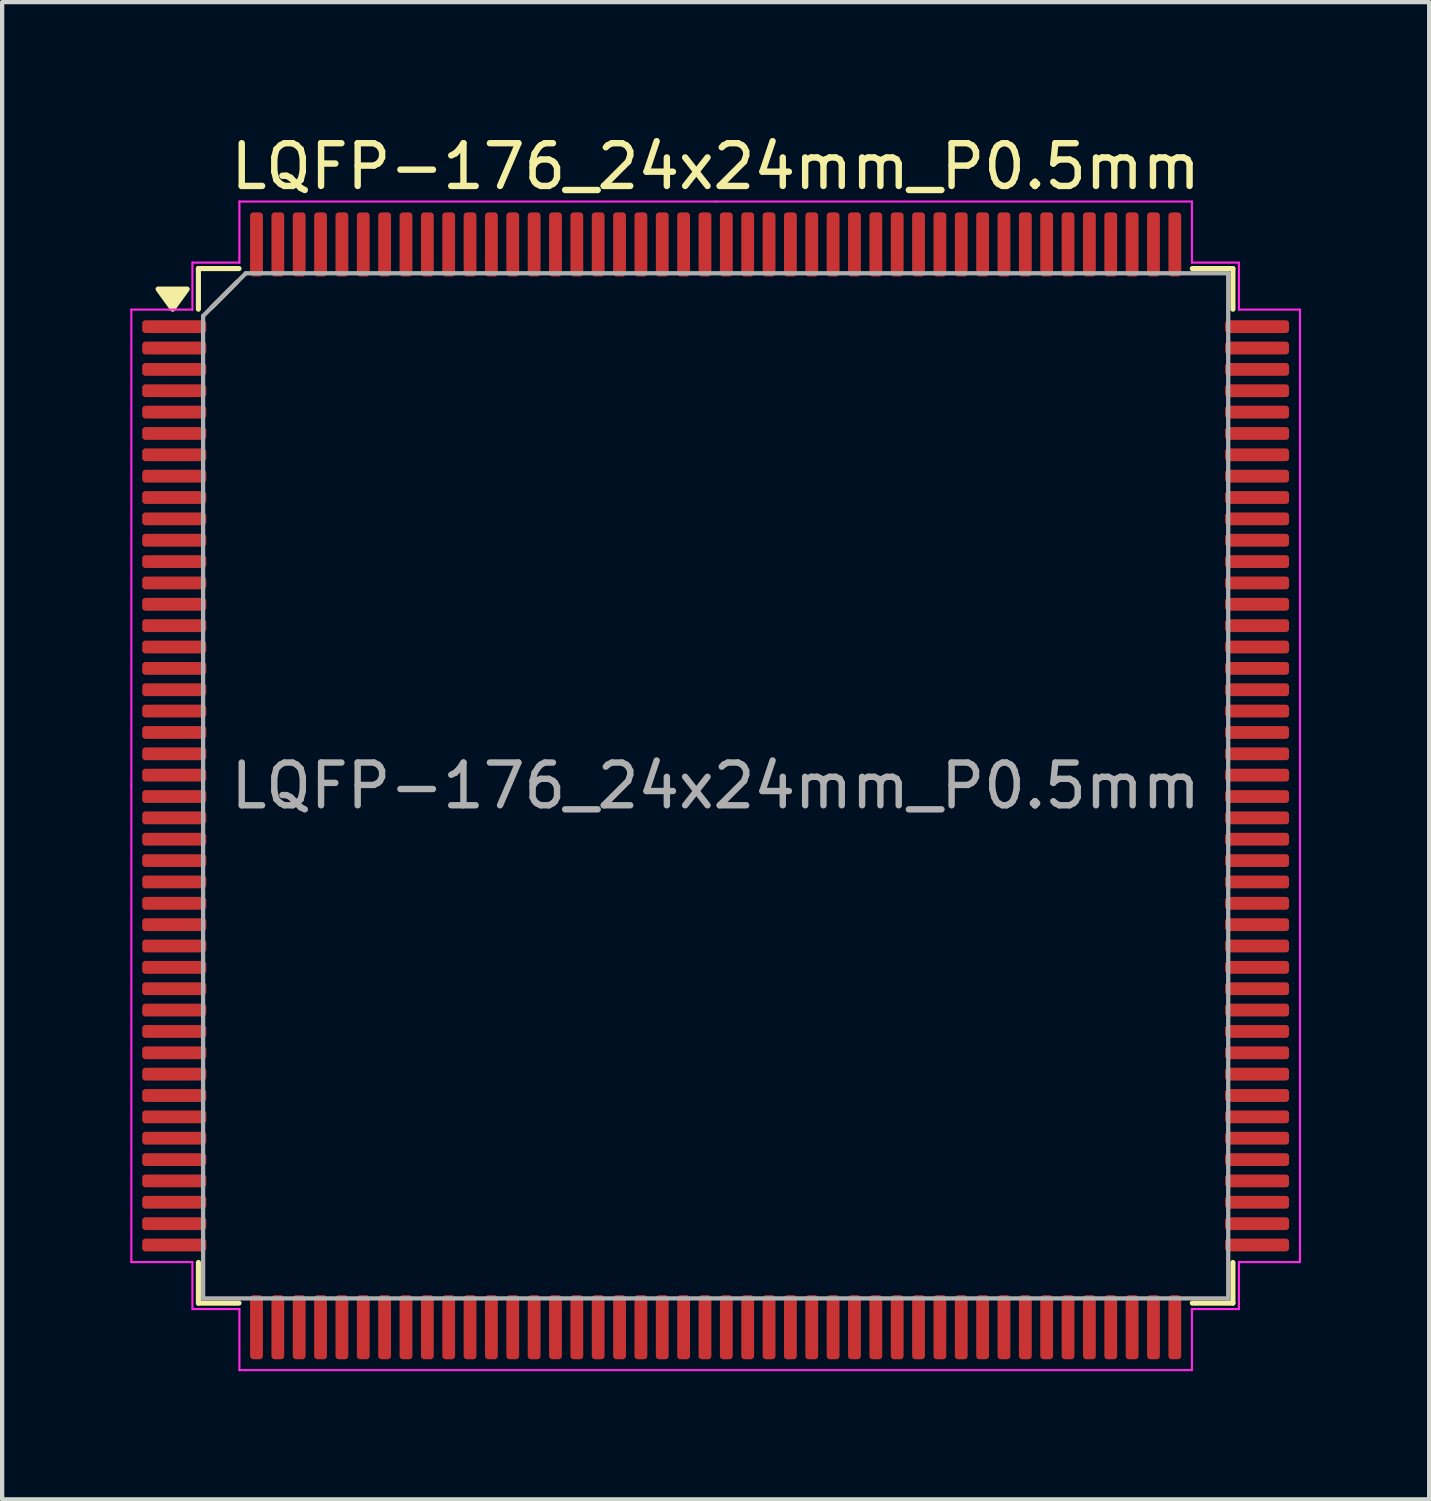
<source format=kicad_pcb>
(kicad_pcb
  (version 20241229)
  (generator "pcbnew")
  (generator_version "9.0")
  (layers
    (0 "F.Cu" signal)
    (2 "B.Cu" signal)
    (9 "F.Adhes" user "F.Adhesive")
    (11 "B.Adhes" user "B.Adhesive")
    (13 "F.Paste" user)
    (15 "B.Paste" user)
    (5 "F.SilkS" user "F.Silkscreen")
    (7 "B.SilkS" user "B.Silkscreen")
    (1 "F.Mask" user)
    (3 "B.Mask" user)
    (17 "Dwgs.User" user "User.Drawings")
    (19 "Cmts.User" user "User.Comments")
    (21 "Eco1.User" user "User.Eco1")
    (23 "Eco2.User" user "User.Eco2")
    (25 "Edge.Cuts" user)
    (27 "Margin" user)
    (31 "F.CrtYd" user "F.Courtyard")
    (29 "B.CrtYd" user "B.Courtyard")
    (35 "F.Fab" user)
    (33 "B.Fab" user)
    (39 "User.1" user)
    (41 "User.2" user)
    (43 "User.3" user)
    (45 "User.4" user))
  (footprint "LQFP-176_24x24mm_P0.5mm"
    (layer "F.Cu")
    (at 13.705 15.348)
    (property "Reference" "LQFP-176_24x24mm_P0.5mm" (at 0 -14.5 0) (layer "F.SilkS") (effects (font (size 1 1) (thickness 0.15))))
    (attr smd)
    (fp_line (start -12.11 -12.11) (end -12.11 -11.16) (stroke (width 0.12) (type solid)) (layer "F.SilkS"))
    (fp_line (start -12.11 12.11) (end -12.11 11.16) (stroke (width 0.12) (type solid)) (layer "F.SilkS"))
    (fp_line (start -11.2 -11.8) (end -11.8 -11.2) (stroke (width 0.1) (type default)) (layer "F.SilkS"))
    (fp_line (start -11.16 -12.11) (end -12.11 -12.11) (stroke (width 0.12) (type solid)) (layer "F.SilkS"))
    (fp_line (start -11.16 12.11) (end -12.11 12.11) (stroke (width 0.12) (type solid)) (layer "F.SilkS"))
    (fp_line (start 11.16 -12.11) (end 12.11 -12.11) (stroke (width 0.12) (type solid)) (layer "F.SilkS"))
    (fp_line (start 11.16 12.11) (end 12.11 12.11) (stroke (width 0.12) (type solid)) (layer "F.SilkS"))
    (fp_line (start 12.11 -12.11) (end 12.11 -11.16) (stroke (width 0.12) (type solid)) (layer "F.SilkS"))
    (fp_line (start 12.11 12.11) (end 12.11 11.16) (stroke (width 0.12) (type solid)) (layer "F.SilkS"))
    (fp_poly (pts (xy -12.713 -11.16) (xy -13.053 -11.63) (xy -12.373 -11.63) (xy -12.713 -11.16)) (stroke (width 0.12) (type solid)) (fill yes) (layer "F.SilkS"))
    (fp_line (start -13.68 -11.15) (end -13.68 0) (stroke (width 0.05) (type solid)) (layer "F.CrtYd"))
    (fp_line (start -13.68 11.15) (end -13.68 0) (stroke (width 0.05) (type solid)) (layer "F.CrtYd"))
    (fp_line (start -12.25 -12.25) (end -12.25 -11.15) (stroke (width 0.05) (type solid)) (layer "F.CrtYd"))
    (fp_line (start -12.25 -11.15) (end -13.68 -11.15) (stroke (width 0.05) (type solid)) (layer "F.CrtYd"))
    (fp_line (start -12.25 11.15) (end -13.68 11.15) (stroke (width 0.05) (type solid)) (layer "F.CrtYd"))
    (fp_line (start -12.25 12.25) (end -12.25 11.15) (stroke (width 0.05) (type solid)) (layer "F.CrtYd"))
    (fp_line (start -11.15 -13.68) (end -11.15 -12.25) (stroke (width 0.05) (type solid)) (layer "F.CrtYd"))
    (fp_line (start -11.15 -12.25) (end -12.25 -12.25) (stroke (width 0.05) (type solid)) (layer "F.CrtYd"))
    (fp_line (start -11.15 12.25) (end -12.25 12.25) (stroke (width 0.05) (type solid)) (layer "F.CrtYd"))
    (fp_line (start -11.15 13.68) (end -11.15 12.25) (stroke (width 0.05) (type solid)) (layer "F.CrtYd"))
    (fp_line (start 0 -13.68) (end -11.15 -13.68) (stroke (width 0.05) (type solid)) (layer "F.CrtYd"))
    (fp_line (start 0 -13.68) (end 11.15 -13.68) (stroke (width 0.05) (type solid)) (layer "F.CrtYd"))
    (fp_line (start 0 13.68) (end -11.15 13.68) (stroke (width 0.05) (type solid)) (layer "F.CrtYd"))
    (fp_line (start 0 13.68) (end 11.15 13.68) (stroke (width 0.05) (type solid)) (layer "F.CrtYd"))
    (fp_line (start 11.15 -13.68) (end 11.15 -12.25) (stroke (width 0.05) (type solid)) (layer "F.CrtYd"))
    (fp_line (start 11.15 -12.25) (end 12.25 -12.25) (stroke (width 0.05) (type solid)) (layer "F.CrtYd"))
    (fp_line (start 11.15 12.25) (end 12.25 12.25) (stroke (width 0.05) (type solid)) (layer "F.CrtYd"))
    (fp_line (start 11.15 13.68) (end 11.15 12.25) (stroke (width 0.05) (type solid)) (layer "F.CrtYd"))
    (fp_line (start 12.25 -12.25) (end 12.25 -11.15) (stroke (width 0.05) (type solid)) (layer "F.CrtYd"))
    (fp_line (start 12.25 -11.15) (end 13.68 -11.15) (stroke (width 0.05) (type solid)) (layer "F.CrtYd"))
    (fp_line (start 12.25 11.15) (end 13.68 11.15) (stroke (width 0.05) (type solid)) (layer "F.CrtYd"))
    (fp_line (start 12.25 12.25) (end 12.25 11.15) (stroke (width 0.05) (type solid)) (layer "F.CrtYd"))
    (fp_line (start 13.68 -11.15) (end 13.68 0) (stroke (width 0.05) (type solid)) (layer "F.CrtYd"))
    (fp_line (start 13.68 11.15) (end 13.68 0) (stroke (width 0.05) (type solid)) (layer "F.CrtYd"))
    (fp_line (start -12 -11) (end -11 -12) (stroke (width 0.1) (type solid)) (layer "F.Fab"))
    (fp_line (start -12 12) (end -12 -11) (stroke (width 0.1) (type solid)) (layer "F.Fab"))
    (fp_line (start -11 -12) (end 12 -12) (stroke (width 0.1) (type solid)) (layer "F.Fab"))
    (fp_line (start 12 -12) (end 12 12) (stroke (width 0.1) (type solid)) (layer "F.Fab"))
    (fp_line (start 12 12) (end -12 12) (stroke (width 0.1) (type solid)) (layer "F.Fab"))
    (fp_text user "${REFERENCE}" (at 0 0 0) (layer "F.Fab") (effects (font (size 1 1) (thickness 0.15))))
    (pad "1" smd roundrect (at -12.675 -10.75) (size 1.5 0.3) (layers "F.Cu" "F.Mask" "F.Paste") (roundrect_rratio 0.25))
    (pad "2" smd roundrect (at -12.675 -10.25) (size 1.5 0.3) (layers "F.Cu" "F.Mask" "F.Paste") (roundrect_rratio 0.25))
    (pad "3" smd roundrect (at -12.675 -9.75) (size 1.5 0.3) (layers "F.Cu" "F.Mask" "F.Paste") (roundrect_rratio 0.25))
    (pad "4" smd roundrect (at -12.675 -9.25) (size 1.5 0.3) (layers "F.Cu" "F.Mask" "F.Paste") (roundrect_rratio 0.25))
    (pad "5" smd roundrect (at -12.675 -8.75) (size 1.5 0.3) (layers "F.Cu" "F.Mask" "F.Paste") (roundrect_rratio 0.25))
    (pad "6" smd roundrect (at -12.675 -8.25) (size 1.5 0.3) (layers "F.Cu" "F.Mask" "F.Paste") (roundrect_rratio 0.25))
    (pad "7" smd roundrect (at -12.675 -7.75) (size 1.5 0.3) (layers "F.Cu" "F.Mask" "F.Paste") (roundrect_rratio 0.25))
    (pad "8" smd roundrect (at -12.675 -7.25) (size 1.5 0.3) (layers "F.Cu" "F.Mask" "F.Paste") (roundrect_rratio 0.25))
    (pad "9" smd roundrect (at -12.675 -6.75) (size 1.5 0.3) (layers "F.Cu" "F.Mask" "F.Paste") (roundrect_rratio 0.25))
    (pad "10" smd roundrect (at -12.675 -6.25) (size 1.5 0.3) (layers "F.Cu" "F.Mask" "F.Paste") (roundrect_rratio 0.25))
    (pad "11" smd roundrect (at -12.675 -5.75) (size 1.5 0.3) (layers "F.Cu" "F.Mask" "F.Paste") (roundrect_rratio 0.25))
    (pad "12" smd roundrect (at -12.675 -5.25) (size 1.5 0.3) (layers "F.Cu" "F.Mask" "F.Paste") (roundrect_rratio 0.25))
    (pad "13" smd roundrect (at -12.675 -4.75) (size 1.5 0.3) (layers "F.Cu" "F.Mask" "F.Paste") (roundrect_rratio 0.25))
    (pad "14" smd roundrect (at -12.675 -4.25) (size 1.5 0.3) (layers "F.Cu" "F.Mask" "F.Paste") (roundrect_rratio 0.25))
    (pad "15" smd roundrect (at -12.675 -3.75) (size 1.5 0.3) (layers "F.Cu" "F.Mask" "F.Paste") (roundrect_rratio 0.25))
    (pad "16" smd roundrect (at -12.675 -3.25) (size 1.5 0.3) (layers "F.Cu" "F.Mask" "F.Paste") (roundrect_rratio 0.25))
    (pad "17" smd roundrect (at -12.675 -2.75) (size 1.5 0.3) (layers "F.Cu" "F.Mask" "F.Paste") (roundrect_rratio 0.25))
    (pad "18" smd roundrect (at -12.675 -2.25) (size 1.5 0.3) (layers "F.Cu" "F.Mask" "F.Paste") (roundrect_rratio 0.25))
    (pad "19" smd roundrect (at -12.675 -1.75) (size 1.5 0.3) (layers "F.Cu" "F.Mask" "F.Paste") (roundrect_rratio 0.25))
    (pad "20" smd roundrect (at -12.675 -1.25) (size 1.5 0.3) (layers "F.Cu" "F.Mask" "F.Paste") (roundrect_rratio 0.25))
    (pad "21" smd roundrect (at -12.675 -0.75) (size 1.5 0.3) (layers "F.Cu" "F.Mask" "F.Paste") (roundrect_rratio 0.25))
    (pad "22" smd roundrect (at -12.675 -0.25) (size 1.5 0.3) (layers "F.Cu" "F.Mask" "F.Paste") (roundrect_rratio 0.25))
    (pad "23" smd roundrect (at -12.675 0.25) (size 1.5 0.3) (layers "F.Cu" "F.Mask" "F.Paste") (roundrect_rratio 0.25))
    (pad "24" smd roundrect (at -12.675 0.75) (size 1.5 0.3) (layers "F.Cu" "F.Mask" "F.Paste") (roundrect_rratio 0.25))
    (pad "25" smd roundrect (at -12.675 1.25) (size 1.5 0.3) (layers "F.Cu" "F.Mask" "F.Paste") (roundrect_rratio 0.25))
    (pad "26" smd roundrect (at -12.675 1.75) (size 1.5 0.3) (layers "F.Cu" "F.Mask" "F.Paste") (roundrect_rratio 0.25))
    (pad "27" smd roundrect (at -12.675 2.25) (size 1.5 0.3) (layers "F.Cu" "F.Mask" "F.Paste") (roundrect_rratio 0.25))
    (pad "28" smd roundrect (at -12.675 2.75) (size 1.5 0.3) (layers "F.Cu" "F.Mask" "F.Paste") (roundrect_rratio 0.25))
    (pad "29" smd roundrect (at -12.675 3.25) (size 1.5 0.3) (layers "F.Cu" "F.Mask" "F.Paste") (roundrect_rratio 0.25))
    (pad "30" smd roundrect (at -12.675 3.75) (size 1.5 0.3) (layers "F.Cu" "F.Mask" "F.Paste") (roundrect_rratio 0.25))
    (pad "31" smd roundrect (at -12.675 4.25) (size 1.5 0.3) (layers "F.Cu" "F.Mask" "F.Paste") (roundrect_rratio 0.25))
    (pad "32" smd roundrect (at -12.675 4.75) (size 1.5 0.3) (layers "F.Cu" "F.Mask" "F.Paste") (roundrect_rratio 0.25))
    (pad "33" smd roundrect (at -12.675 5.25) (size 1.5 0.3) (layers "F.Cu" "F.Mask" "F.Paste") (roundrect_rratio 0.25))
    (pad "34" smd roundrect (at -12.675 5.75) (size 1.5 0.3) (layers "F.Cu" "F.Mask" "F.Paste") (roundrect_rratio 0.25))
    (pad "35" smd roundrect (at -12.675 6.25) (size 1.5 0.3) (layers "F.Cu" "F.Mask" "F.Paste") (roundrect_rratio 0.25))
    (pad "36" smd roundrect (at -12.675 6.75) (size 1.5 0.3) (layers "F.Cu" "F.Mask" "F.Paste") (roundrect_rratio 0.25))
    (pad "37" smd roundrect (at -12.675 7.25) (size 1.5 0.3) (layers "F.Cu" "F.Mask" "F.Paste") (roundrect_rratio 0.25))
    (pad "38" smd roundrect (at -12.675 7.75) (size 1.5 0.3) (layers "F.Cu" "F.Mask" "F.Paste") (roundrect_rratio 0.25))
    (pad "39" smd roundrect (at -12.675 8.25) (size 1.5 0.3) (layers "F.Cu" "F.Mask" "F.Paste") (roundrect_rratio 0.25))
    (pad "40" smd roundrect (at -12.675 8.75) (size 1.5 0.3) (layers "F.Cu" "F.Mask" "F.Paste") (roundrect_rratio 0.25))
    (pad "41" smd roundrect (at -12.675 9.25) (size 1.5 0.3) (layers "F.Cu" "F.Mask" "F.Paste") (roundrect_rratio 0.25))
    (pad "42" smd roundrect (at -12.675 9.75) (size 1.5 0.3) (layers "F.Cu" "F.Mask" "F.Paste") (roundrect_rratio 0.25))
    (pad "43" smd roundrect (at -12.675 10.25) (size 1.5 0.3) (layers "F.Cu" "F.Mask" "F.Paste") (roundrect_rratio 0.25))
    (pad "44" smd roundrect (at -12.675 10.75) (size 1.5 0.3) (layers "F.Cu" "F.Mask" "F.Paste") (roundrect_rratio 0.25))
    (pad "45" smd roundrect (at -10.75 12.675) (size 0.3 1.5) (layers "F.Cu" "F.Mask" "F.Paste") (roundrect_rratio 0.25))
    (pad "46" smd roundrect (at -10.25 12.675) (size 0.3 1.5) (layers "F.Cu" "F.Mask" "F.Paste") (roundrect_rratio 0.25))
    (pad "47" smd roundrect (at -9.75 12.675) (size 0.3 1.5) (layers "F.Cu" "F.Mask" "F.Paste") (roundrect_rratio 0.25))
    (pad "48" smd roundrect (at -9.25 12.675) (size 0.3 1.5) (layers "F.Cu" "F.Mask" "F.Paste") (roundrect_rratio 0.25))
    (pad "49" smd roundrect (at -8.75 12.675) (size 0.3 1.5) (layers "F.Cu" "F.Mask" "F.Paste") (roundrect_rratio 0.25))
    (pad "50" smd roundrect (at -8.25 12.675) (size 0.3 1.5) (layers "F.Cu" "F.Mask" "F.Paste") (roundrect_rratio 0.25))
    (pad "51" smd roundrect (at -7.75 12.675) (size 0.3 1.5) (layers "F.Cu" "F.Mask" "F.Paste") (roundrect_rratio 0.25))
    (pad "52" smd roundrect (at -7.25 12.675) (size 0.3 1.5) (layers "F.Cu" "F.Mask" "F.Paste") (roundrect_rratio 0.25))
    (pad "53" smd roundrect (at -6.75 12.675) (size 0.3 1.5) (layers "F.Cu" "F.Mask" "F.Paste") (roundrect_rratio 0.25))
    (pad "54" smd roundrect (at -6.25 12.675) (size 0.3 1.5) (layers "F.Cu" "F.Mask" "F.Paste") (roundrect_rratio 0.25))
    (pad "55" smd roundrect (at -5.75 12.675) (size 0.3 1.5) (layers "F.Cu" "F.Mask" "F.Paste") (roundrect_rratio 0.25))
    (pad "56" smd roundrect (at -5.25 12.675) (size 0.3 1.5) (layers "F.Cu" "F.Mask" "F.Paste") (roundrect_rratio 0.25))
    (pad "57" smd roundrect (at -4.75 12.675) (size 0.3 1.5) (layers "F.Cu" "F.Mask" "F.Paste") (roundrect_rratio 0.25))
    (pad "58" smd roundrect (at -4.25 12.675) (size 0.3 1.5) (layers "F.Cu" "F.Mask" "F.Paste") (roundrect_rratio 0.25))
    (pad "59" smd roundrect (at -3.75 12.675) (size 0.3 1.5) (layers "F.Cu" "F.Mask" "F.Paste") (roundrect_rratio 0.25))
    (pad "60" smd roundrect (at -3.25 12.675) (size 0.3 1.5) (layers "F.Cu" "F.Mask" "F.Paste") (roundrect_rratio 0.25))
    (pad "61" smd roundrect (at -2.75 12.675) (size 0.3 1.5) (layers "F.Cu" "F.Mask" "F.Paste") (roundrect_rratio 0.25))
    (pad "62" smd roundrect (at -2.25 12.675) (size 0.3 1.5) (layers "F.Cu" "F.Mask" "F.Paste") (roundrect_rratio 0.25))
    (pad "63" smd roundrect (at -1.75 12.675) (size 0.3 1.5) (layers "F.Cu" "F.Mask" "F.Paste") (roundrect_rratio 0.25))
    (pad "64" smd roundrect (at -1.25 12.675) (size 0.3 1.5) (layers "F.Cu" "F.Mask" "F.Paste") (roundrect_rratio 0.25))
    (pad "65" smd roundrect (at -0.75 12.675) (size 0.3 1.5) (layers "F.Cu" "F.Mask" "F.Paste") (roundrect_rratio 0.25))
    (pad "66" smd roundrect (at -0.25 12.675) (size 0.3 1.5) (layers "F.Cu" "F.Mask" "F.Paste") (roundrect_rratio 0.25))
    (pad "67" smd roundrect (at 0.25 12.675) (size 0.3 1.5) (layers "F.Cu" "F.Mask" "F.Paste") (roundrect_rratio 0.25))
    (pad "68" smd roundrect (at 0.75 12.675) (size 0.3 1.5) (layers "F.Cu" "F.Mask" "F.Paste") (roundrect_rratio 0.25))
    (pad "69" smd roundrect (at 1.25 12.675) (size 0.3 1.5) (layers "F.Cu" "F.Mask" "F.Paste") (roundrect_rratio 0.25))
    (pad "70" smd roundrect (at 1.75 12.675) (size 0.3 1.5) (layers "F.Cu" "F.Mask" "F.Paste") (roundrect_rratio 0.25))
    (pad "71" smd roundrect (at 2.25 12.675) (size 0.3 1.5) (layers "F.Cu" "F.Mask" "F.Paste") (roundrect_rratio 0.25))
    (pad "72" smd roundrect (at 2.75 12.675) (size 0.3 1.5) (layers "F.Cu" "F.Mask" "F.Paste") (roundrect_rratio 0.25))
    (pad "73" smd roundrect (at 3.25 12.675) (size 0.3 1.5) (layers "F.Cu" "F.Mask" "F.Paste") (roundrect_rratio 0.25))
    (pad "74" smd roundrect (at 3.75 12.675) (size 0.3 1.5) (layers "F.Cu" "F.Mask" "F.Paste") (roundrect_rratio 0.25))
    (pad "75" smd roundrect (at 4.25 12.675) (size 0.3 1.5) (layers "F.Cu" "F.Mask" "F.Paste") (roundrect_rratio 0.25))
    (pad "76" smd roundrect (at 4.75 12.675) (size 0.3 1.5) (layers "F.Cu" "F.Mask" "F.Paste") (roundrect_rratio 0.25))
    (pad "77" smd roundrect (at 5.25 12.675) (size 0.3 1.5) (layers "F.Cu" "F.Mask" "F.Paste") (roundrect_rratio 0.25))
    (pad "78" smd roundrect (at 5.75 12.675) (size 0.3 1.5) (layers "F.Cu" "F.Mask" "F.Paste") (roundrect_rratio 0.25))
    (pad "79" smd roundrect (at 6.25 12.675) (size 0.3 1.5) (layers "F.Cu" "F.Mask" "F.Paste") (roundrect_rratio 0.25))
    (pad "80" smd roundrect (at 6.75 12.675) (size 0.3 1.5) (layers "F.Cu" "F.Mask" "F.Paste") (roundrect_rratio 0.25))
    (pad "81" smd roundrect (at 7.25 12.675) (size 0.3 1.5) (layers "F.Cu" "F.Mask" "F.Paste") (roundrect_rratio 0.25))
    (pad "82" smd roundrect (at 7.75 12.675) (size 0.3 1.5) (layers "F.Cu" "F.Mask" "F.Paste") (roundrect_rratio 0.25))
    (pad "83" smd roundrect (at 8.25 12.675) (size 0.3 1.5) (layers "F.Cu" "F.Mask" "F.Paste") (roundrect_rratio 0.25))
    (pad "84" smd roundrect (at 8.75 12.675) (size 0.3 1.5) (layers "F.Cu" "F.Mask" "F.Paste") (roundrect_rratio 0.25))
    (pad "85" smd roundrect (at 9.25 12.675) (size 0.3 1.5) (layers "F.Cu" "F.Mask" "F.Paste") (roundrect_rratio 0.25))
    (pad "86" smd roundrect (at 9.75 12.675) (size 0.3 1.5) (layers "F.Cu" "F.Mask" "F.Paste") (roundrect_rratio 0.25))
    (pad "87" smd roundrect (at 10.25 12.675) (size 0.3 1.5) (layers "F.Cu" "F.Mask" "F.Paste") (roundrect_rratio 0.25))
    (pad "88" smd roundrect (at 10.75 12.675) (size 0.3 1.5) (layers "F.Cu" "F.Mask" "F.Paste") (roundrect_rratio 0.25))
    (pad "89" smd roundrect (at 12.675 10.75) (size 1.5 0.3) (layers "F.Cu" "F.Mask" "F.Paste") (roundrect_rratio 0.25))
    (pad "90" smd roundrect (at 12.675 10.25) (size 1.5 0.3) (layers "F.Cu" "F.Mask" "F.Paste") (roundrect_rratio 0.25))
    (pad "91" smd roundrect (at 12.675 9.75) (size 1.5 0.3) (layers "F.Cu" "F.Mask" "F.Paste") (roundrect_rratio 0.25))
    (pad "92" smd roundrect (at 12.675 9.25) (size 1.5 0.3) (layers "F.Cu" "F.Mask" "F.Paste") (roundrect_rratio 0.25))
    (pad "93" smd roundrect (at 12.675 8.75) (size 1.5 0.3) (layers "F.Cu" "F.Mask" "F.Paste") (roundrect_rratio 0.25))
    (pad "94" smd roundrect (at 12.675 8.25) (size 1.5 0.3) (layers "F.Cu" "F.Mask" "F.Paste") (roundrect_rratio 0.25))
    (pad "95" smd roundrect (at 12.675 7.75) (size 1.5 0.3) (layers "F.Cu" "F.Mask" "F.Paste") (roundrect_rratio 0.25))
    (pad "96" smd roundrect (at 12.675 7.25) (size 1.5 0.3) (layers "F.Cu" "F.Mask" "F.Paste") (roundrect_rratio 0.25))
    (pad "97" smd roundrect (at 12.675 6.75) (size 1.5 0.3) (layers "F.Cu" "F.Mask" "F.Paste") (roundrect_rratio 0.25))
    (pad "98" smd roundrect (at 12.675 6.25) (size 1.5 0.3) (layers "F.Cu" "F.Mask" "F.Paste") (roundrect_rratio 0.25))
    (pad "99" smd roundrect (at 12.675 5.75) (size 1.5 0.3) (layers "F.Cu" "F.Mask" "F.Paste") (roundrect_rratio 0.25))
    (pad "100" smd roundrect (at 12.675 5.25) (size 1.5 0.3) (layers "F.Cu" "F.Mask" "F.Paste") (roundrect_rratio 0.25))
    (pad "101" smd roundrect (at 12.675 4.75) (size 1.5 0.3) (layers "F.Cu" "F.Mask" "F.Paste") (roundrect_rratio 0.25))
    (pad "102" smd roundrect (at 12.675 4.25) (size 1.5 0.3) (layers "F.Cu" "F.Mask" "F.Paste") (roundrect_rratio 0.25))
    (pad "103" smd roundrect (at 12.675 3.75) (size 1.5 0.3) (layers "F.Cu" "F.Mask" "F.Paste") (roundrect_rratio 0.25))
    (pad "104" smd roundrect (at 12.675 3.25) (size 1.5 0.3) (layers "F.Cu" "F.Mask" "F.Paste") (roundrect_rratio 0.25))
    (pad "105" smd roundrect (at 12.675 2.75) (size 1.5 0.3) (layers "F.Cu" "F.Mask" "F.Paste") (roundrect_rratio 0.25))
    (pad "106" smd roundrect (at 12.675 2.25) (size 1.5 0.3) (layers "F.Cu" "F.Mask" "F.Paste") (roundrect_rratio 0.25))
    (pad "107" smd roundrect (at 12.675 1.75) (size 1.5 0.3) (layers "F.Cu" "F.Mask" "F.Paste") (roundrect_rratio 0.25))
    (pad "108" smd roundrect (at 12.675 1.25) (size 1.5 0.3) (layers "F.Cu" "F.Mask" "F.Paste") (roundrect_rratio 0.25))
    (pad "109" smd roundrect (at 12.675 0.75) (size 1.5 0.3) (layers "F.Cu" "F.Mask" "F.Paste") (roundrect_rratio 0.25))
    (pad "110" smd roundrect (at 12.675 0.25) (size 1.5 0.3) (layers "F.Cu" "F.Mask" "F.Paste") (roundrect_rratio 0.25))
    (pad "111" smd roundrect (at 12.675 -0.25) (size 1.5 0.3) (layers "F.Cu" "F.Mask" "F.Paste") (roundrect_rratio 0.25))
    (pad "112" smd roundrect (at 12.675 -0.75) (size 1.5 0.3) (layers "F.Cu" "F.Mask" "F.Paste") (roundrect_rratio 0.25))
    (pad "113" smd roundrect (at 12.675 -1.25) (size 1.5 0.3) (layers "F.Cu" "F.Mask" "F.Paste") (roundrect_rratio 0.25))
    (pad "114" smd roundrect (at 12.675 -1.75) (size 1.5 0.3) (layers "F.Cu" "F.Mask" "F.Paste") (roundrect_rratio 0.25))
    (pad "115" smd roundrect (at 12.675 -2.25) (size 1.5 0.3) (layers "F.Cu" "F.Mask" "F.Paste") (roundrect_rratio 0.25))
    (pad "116" smd roundrect (at 12.675 -2.75) (size 1.5 0.3) (layers "F.Cu" "F.Mask" "F.Paste") (roundrect_rratio 0.25))
    (pad "117" smd roundrect (at 12.675 -3.25) (size 1.5 0.3) (layers "F.Cu" "F.Mask" "F.Paste") (roundrect_rratio 0.25))
    (pad "118" smd roundrect (at 12.675 -3.75) (size 1.5 0.3) (layers "F.Cu" "F.Mask" "F.Paste") (roundrect_rratio 0.25))
    (pad "119" smd roundrect (at 12.675 -4.25) (size 1.5 0.3) (layers "F.Cu" "F.Mask" "F.Paste") (roundrect_rratio 0.25))
    (pad "120" smd roundrect (at 12.675 -4.75) (size 1.5 0.3) (layers "F.Cu" "F.Mask" "F.Paste") (roundrect_rratio 0.25))
    (pad "121" smd roundrect (at 12.675 -5.25) (size 1.5 0.3) (layers "F.Cu" "F.Mask" "F.Paste") (roundrect_rratio 0.25))
    (pad "122" smd roundrect (at 12.675 -5.75) (size 1.5 0.3) (layers "F.Cu" "F.Mask" "F.Paste") (roundrect_rratio 0.25))
    (pad "123" smd roundrect (at 12.675 -6.25) (size 1.5 0.3) (layers "F.Cu" "F.Mask" "F.Paste") (roundrect_rratio 0.25))
    (pad "124" smd roundrect (at 12.675 -6.75) (size 1.5 0.3) (layers "F.Cu" "F.Mask" "F.Paste") (roundrect_rratio 0.25))
    (pad "125" smd roundrect (at 12.675 -7.25) (size 1.5 0.3) (layers "F.Cu" "F.Mask" "F.Paste") (roundrect_rratio 0.25))
    (pad "126" smd roundrect (at 12.675 -7.75) (size 1.5 0.3) (layers "F.Cu" "F.Mask" "F.Paste") (roundrect_rratio 0.25))
    (pad "127" smd roundrect (at 12.675 -8.25) (size 1.5 0.3) (layers "F.Cu" "F.Mask" "F.Paste") (roundrect_rratio 0.25))
    (pad "128" smd roundrect (at 12.675 -8.75) (size 1.5 0.3) (layers "F.Cu" "F.Mask" "F.Paste") (roundrect_rratio 0.25))
    (pad "129" smd roundrect (at 12.675 -9.25) (size 1.5 0.3) (layers "F.Cu" "F.Mask" "F.Paste") (roundrect_rratio 0.25))
    (pad "130" smd roundrect (at 12.675 -9.75) (size 1.5 0.3) (layers "F.Cu" "F.Mask" "F.Paste") (roundrect_rratio 0.25))
    (pad "131" smd roundrect (at 12.675 -10.25) (size 1.5 0.3) (layers "F.Cu" "F.Mask" "F.Paste") (roundrect_rratio 0.25))
    (pad "132" smd roundrect (at 12.675 -10.75) (size 1.5 0.3) (layers "F.Cu" "F.Mask" "F.Paste") (roundrect_rratio 0.25))
    (pad "133" smd roundrect (at 10.75 -12.675) (size 0.3 1.5) (layers "F.Cu" "F.Mask" "F.Paste") (roundrect_rratio 0.25))
    (pad "134" smd roundrect (at 10.25 -12.675) (size 0.3 1.5) (layers "F.Cu" "F.Mask" "F.Paste") (roundrect_rratio 0.25))
    (pad "135" smd roundrect (at 9.75 -12.675) (size 0.3 1.5) (layers "F.Cu" "F.Mask" "F.Paste") (roundrect_rratio 0.25))
    (pad "136" smd roundrect (at 9.25 -12.675) (size 0.3 1.5) (layers "F.Cu" "F.Mask" "F.Paste") (roundrect_rratio 0.25))
    (pad "137" smd roundrect (at 8.75 -12.675) (size 0.3 1.5) (layers "F.Cu" "F.Mask" "F.Paste") (roundrect_rratio 0.25))
    (pad "138" smd roundrect (at 8.25 -12.675) (size 0.3 1.5) (layers "F.Cu" "F.Mask" "F.Paste") (roundrect_rratio 0.25))
    (pad "139" smd roundrect (at 7.75 -12.675) (size 0.3 1.5) (layers "F.Cu" "F.Mask" "F.Paste") (roundrect_rratio 0.25))
    (pad "140" smd roundrect (at 7.25 -12.675) (size 0.3 1.5) (layers "F.Cu" "F.Mask" "F.Paste") (roundrect_rratio 0.25))
    (pad "141" smd roundrect (at 6.75 -12.675) (size 0.3 1.5) (layers "F.Cu" "F.Mask" "F.Paste") (roundrect_rratio 0.25))
    (pad "142" smd roundrect (at 6.25 -12.675) (size 0.3 1.5) (layers "F.Cu" "F.Mask" "F.Paste") (roundrect_rratio 0.25))
    (pad "143" smd roundrect (at 5.75 -12.675) (size 0.3 1.5) (layers "F.Cu" "F.Mask" "F.Paste") (roundrect_rratio 0.25))
    (pad "144" smd roundrect (at 5.25 -12.675) (size 0.3 1.5) (layers "F.Cu" "F.Mask" "F.Paste") (roundrect_rratio 0.25))
    (pad "145" smd roundrect (at 4.75 -12.675) (size 0.3 1.5) (layers "F.Cu" "F.Mask" "F.Paste") (roundrect_rratio 0.25))
    (pad "146" smd roundrect (at 4.25 -12.675) (size 0.3 1.5) (layers "F.Cu" "F.Mask" "F.Paste") (roundrect_rratio 0.25))
    (pad "147" smd roundrect (at 3.75 -12.675) (size 0.3 1.5) (layers "F.Cu" "F.Mask" "F.Paste") (roundrect_rratio 0.25))
    (pad "148" smd roundrect (at 3.25 -12.675) (size 0.3 1.5) (layers "F.Cu" "F.Mask" "F.Paste") (roundrect_rratio 0.25))
    (pad "149" smd roundrect (at 2.75 -12.675) (size 0.3 1.5) (layers "F.Cu" "F.Mask" "F.Paste") (roundrect_rratio 0.25))
    (pad "150" smd roundrect (at 2.25 -12.675) (size 0.3 1.5) (layers "F.Cu" "F.Mask" "F.Paste") (roundrect_rratio 0.25))
    (pad "151" smd roundrect (at 1.75 -12.675) (size 0.3 1.5) (layers "F.Cu" "F.Mask" "F.Paste") (roundrect_rratio 0.25))
    (pad "152" smd roundrect (at 1.25 -12.675) (size 0.3 1.5) (layers "F.Cu" "F.Mask" "F.Paste") (roundrect_rratio 0.25))
    (pad "153" smd roundrect (at 0.75 -12.675) (size 0.3 1.5) (layers "F.Cu" "F.Mask" "F.Paste") (roundrect_rratio 0.25))
    (pad "154" smd roundrect (at 0.25 -12.675) (size 0.3 1.5) (layers "F.Cu" "F.Mask" "F.Paste") (roundrect_rratio 0.25))
    (pad "155" smd roundrect (at -0.25 -12.675) (size 0.3 1.5) (layers "F.Cu" "F.Mask" "F.Paste") (roundrect_rratio 0.25))
    (pad "156" smd roundrect (at -0.75 -12.675) (size 0.3 1.5) (layers "F.Cu" "F.Mask" "F.Paste") (roundrect_rratio 0.25))
    (pad "157" smd roundrect (at -1.25 -12.675) (size 0.3 1.5) (layers "F.Cu" "F.Mask" "F.Paste") (roundrect_rratio 0.25))
    (pad "158" smd roundrect (at -1.75 -12.675) (size 0.3 1.5) (layers "F.Cu" "F.Mask" "F.Paste") (roundrect_rratio 0.25))
    (pad "159" smd roundrect (at -2.25 -12.675) (size 0.3 1.5) (layers "F.Cu" "F.Mask" "F.Paste") (roundrect_rratio 0.25))
    (pad "160" smd roundrect (at -2.75 -12.675) (size 0.3 1.5) (layers "F.Cu" "F.Mask" "F.Paste") (roundrect_rratio 0.25))
    (pad "161" smd roundrect (at -3.25 -12.675) (size 0.3 1.5) (layers "F.Cu" "F.Mask" "F.Paste") (roundrect_rratio 0.25))
    (pad "162" smd roundrect (at -3.75 -12.675) (size 0.3 1.5) (layers "F.Cu" "F.Mask" "F.Paste") (roundrect_rratio 0.25))
    (pad "163" smd roundrect (at -4.25 -12.675) (size 0.3 1.5) (layers "F.Cu" "F.Mask" "F.Paste") (roundrect_rratio 0.25))
    (pad "164" smd roundrect (at -4.75 -12.675) (size 0.3 1.5) (layers "F.Cu" "F.Mask" "F.Paste") (roundrect_rratio 0.25))
    (pad "165" smd roundrect (at -5.25 -12.675) (size 0.3 1.5) (layers "F.Cu" "F.Mask" "F.Paste") (roundrect_rratio 0.25))
    (pad "166" smd roundrect (at -5.75 -12.675) (size 0.3 1.5) (layers "F.Cu" "F.Mask" "F.Paste") (roundrect_rratio 0.25))
    (pad "167" smd roundrect (at -6.25 -12.675) (size 0.3 1.5) (layers "F.Cu" "F.Mask" "F.Paste") (roundrect_rratio 0.25))
    (pad "168" smd roundrect (at -6.75 -12.675) (size 0.3 1.5) (layers "F.Cu" "F.Mask" "F.Paste") (roundrect_rratio 0.25))
    (pad "169" smd roundrect (at -7.25 -12.675) (size 0.3 1.5) (layers "F.Cu" "F.Mask" "F.Paste") (roundrect_rratio 0.25))
    (pad "170" smd roundrect (at -7.75 -12.675) (size 0.3 1.5) (layers "F.Cu" "F.Mask" "F.Paste") (roundrect_rratio 0.25))
    (pad "171" smd roundrect (at -8.25 -12.675) (size 0.3 1.5) (layers "F.Cu" "F.Mask" "F.Paste") (roundrect_rratio 0.25))
    (pad "172" smd roundrect (at -8.75 -12.675) (size 0.3 1.5) (layers "F.Cu" "F.Mask" "F.Paste") (roundrect_rratio 0.25))
    (pad "173" smd roundrect (at -9.25 -12.675) (size 0.3 1.5) (layers "F.Cu" "F.Mask" "F.Paste") (roundrect_rratio 0.25))
    (pad "174" smd roundrect (at -9.75 -12.675) (size 0.3 1.5) (layers "F.Cu" "F.Mask" "F.Paste") (roundrect_rratio 0.25))
    (pad "175" smd roundrect (at -10.25 -12.675) (size 0.3 1.5) (layers "F.Cu" "F.Mask" "F.Paste") (roundrect_rratio 0.25))
    (pad "176" smd roundrect (at -10.75 -12.675) (size 0.3 1.5) (layers "F.Cu" "F.Mask" "F.Paste") (roundrect_rratio 0.25)))
  (gr_rect
    (start -3 -3)
    (end 30.41 32.053)
    (stroke (width 0.1) (type default))
    (fill no)
    (layer "Edge.Cuts")))
</source>
